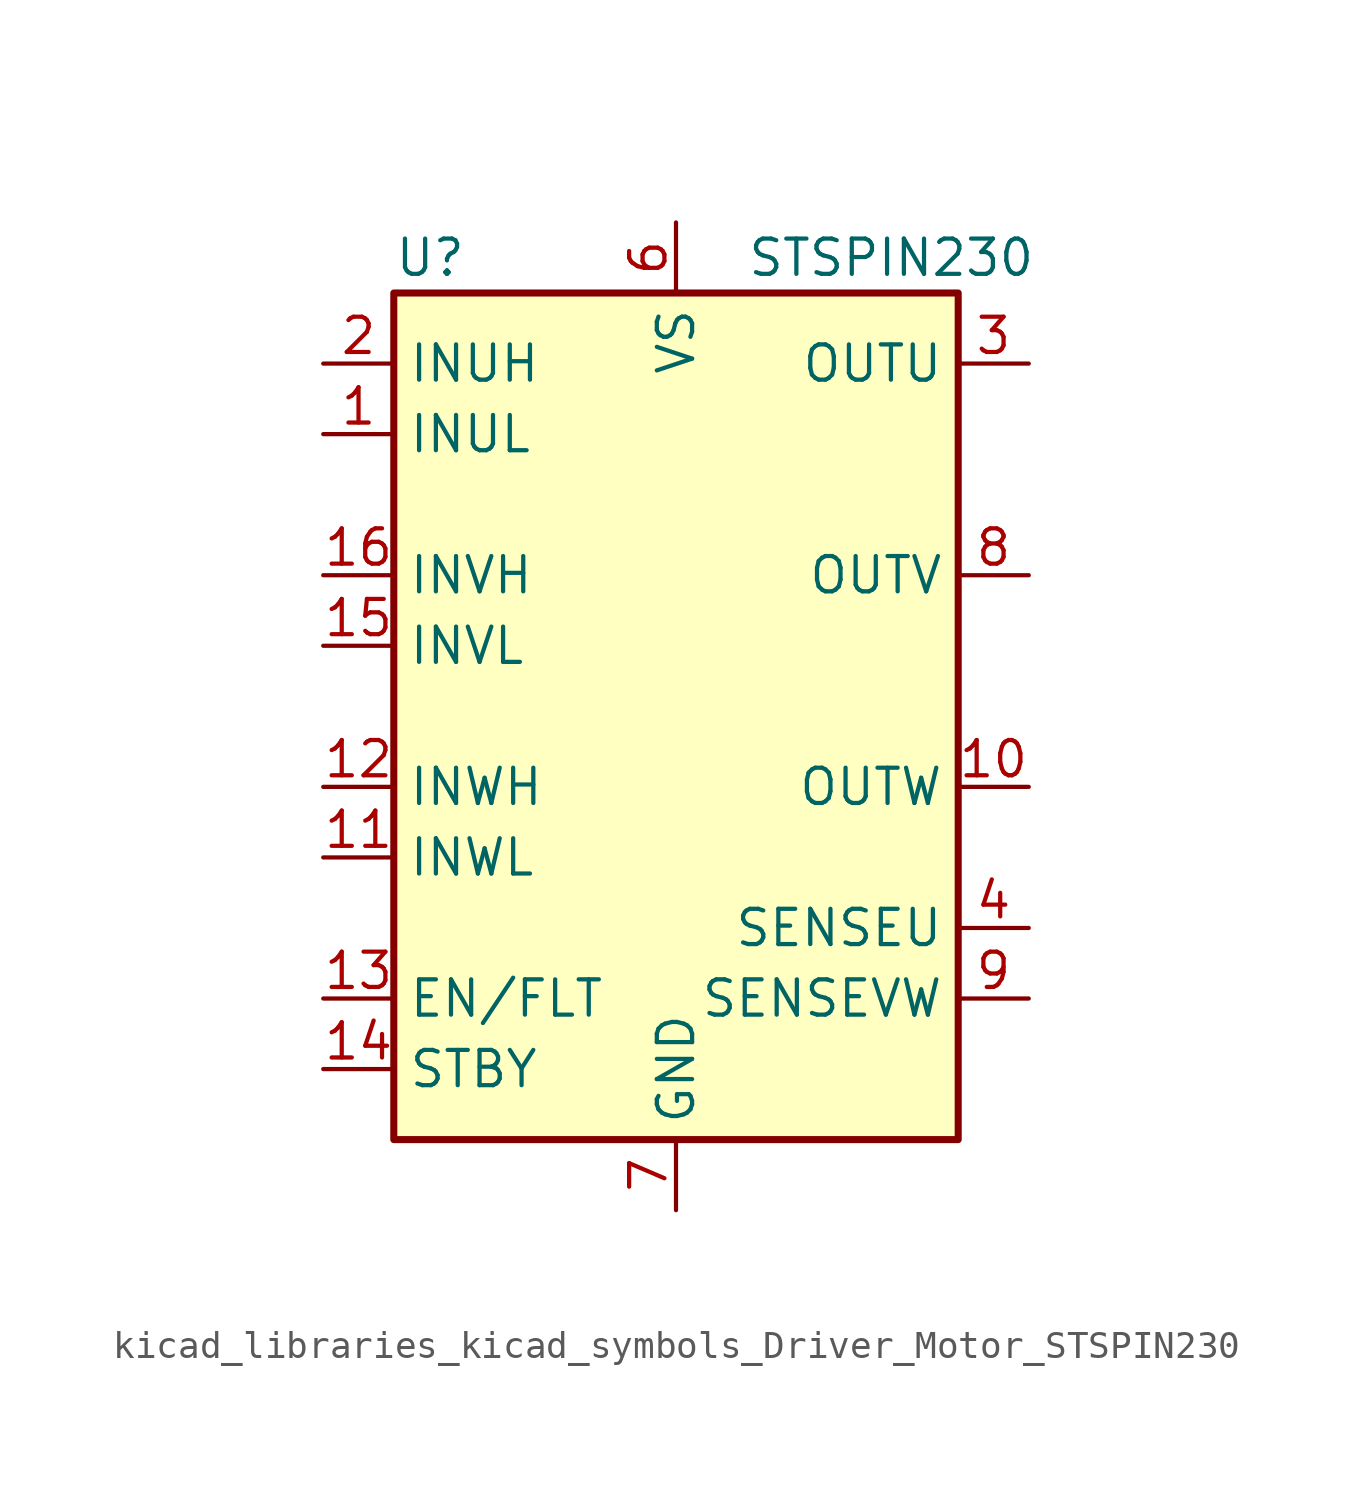
<source format=kicad_sym>
(kicad_symbol_lib
  (version 20220914)
  (generator kicad_symbol_editor)
  (symbol "kicad_libraries_kicad_symbols_Driver_Motor_STSPIN230"
    (property "Reference" "U"
      (at -10.16 16.51 0)
      (effects (font (size 1.27 1.27)) (justify left)))
    (property "Value" "STSPIN230"
      (at 2.54 16.51 0)
      (effects (font (size 1.27 1.27)) (justify left)))
    (symbol "kicad_libraries_kicad_symbols_Driver_Motor_STSPIN230_0_1"
      (rectangle (start -10.16 15.24) (end 10.16 -15.24) (stroke (width 0.254) (type default)) (fill (type background))))
    (symbol "kicad_libraries_kicad_symbols_Driver_Motor_STSPIN230_1_1"
      (pin input line (at -12.7 10.16 0) (length 2.54) (name "INUL" (effects (font (size 1.27 1.27)))) (number "1" (effects (font (size 1.27 1.27)))))
      (pin power_out line (at 12.7 -2.54 180) (length 2.54) (name "OUTW" (effects (font (size 1.27 1.27)))) (number "10" (effects (font (size 1.27 1.27)))))
      (pin input line (at -12.7 -5.08 0) (length 2.54) (name "INWL" (effects (font (size 1.27 1.27)))) (number "11" (effects (font (size 1.27 1.27)))))
      (pin input line (at -12.7 -2.54 0) (length 2.54) (name "INWH" (effects (font (size 1.27 1.27)))) (number "12" (effects (font (size 1.27 1.27)))))
      (pin bidirectional line (at -12.7 -10.16 0) (length 2.54) (name "EN/FLT" (effects (font (size 1.27 1.27)))) (number "13" (effects (font (size 1.27 1.27)))))
      (pin input line (at -12.7 -12.7 0) (length 2.54) (name "STBY" (effects (font (size 1.27 1.27)))) (number "14" (effects (font (size 1.27 1.27)))))
      (pin input line (at -12.7 2.54 0) (length 2.54) (name "INVL" (effects (font (size 1.27 1.27)))) (number "15" (effects (font (size 1.27 1.27)))))
      (pin input line (at -12.7 5.08 0) (length 2.54) (name "INVH" (effects (font (size 1.27 1.27)))) (number "16" (effects (font (size 1.27 1.27)))))
      (pin passive line (at 0 -17.78 90) (length 2.54) hide (name "GND" (effects (font (size 1.27 1.27)))) (number "17" (effects (font (size 1.27 1.27)))))
      (pin input line (at -12.7 12.7 0) (length 2.54) (name "INUH" (effects (font (size 1.27 1.27)))) (number "2" (effects (font (size 1.27 1.27)))))
      (pin power_out line (at 12.7 12.7 180) (length 2.54) (name "OUTU" (effects (font (size 1.27 1.27)))) (number "3" (effects (font (size 1.27 1.27)))))
      (pin input line (at 12.7 -7.62 180) (length 2.54) (name "SENSEU" (effects (font (size 1.27 1.27)))) (number "4" (effects (font (size 1.27 1.27)))))
      (pin no_connect line (at 2.54 -15.24 90) (length 2.54) hide (name "NC" (effects (font (size 1.27 1.27)))) (number "5" (effects (font (size 1.27 1.27)))))
      (pin power_in line (at 0 17.78 270) (length 2.54) (name "VS" (effects (font (size 1.27 1.27)))) (number "6" (effects (font (size 1.27 1.27)))))
      (pin power_in line (at 0 -17.78 90) (length 2.54) (name "GND" (effects (font (size 1.27 1.27)))) (number "7" (effects (font (size 1.27 1.27)))))
      (pin power_out line (at 12.7 5.08 180) (length 2.54) (name "OUTV" (effects (font (size 1.27 1.27)))) (number "8" (effects (font (size 1.27 1.27)))))
      (pin input line (at 12.7 -10.16 180) (length 2.54) (name "SENSEVW" (effects (font (size 1.27 1.27)))) (number "9" (effects (font (size 1.27 1.27))))))))
</source>
